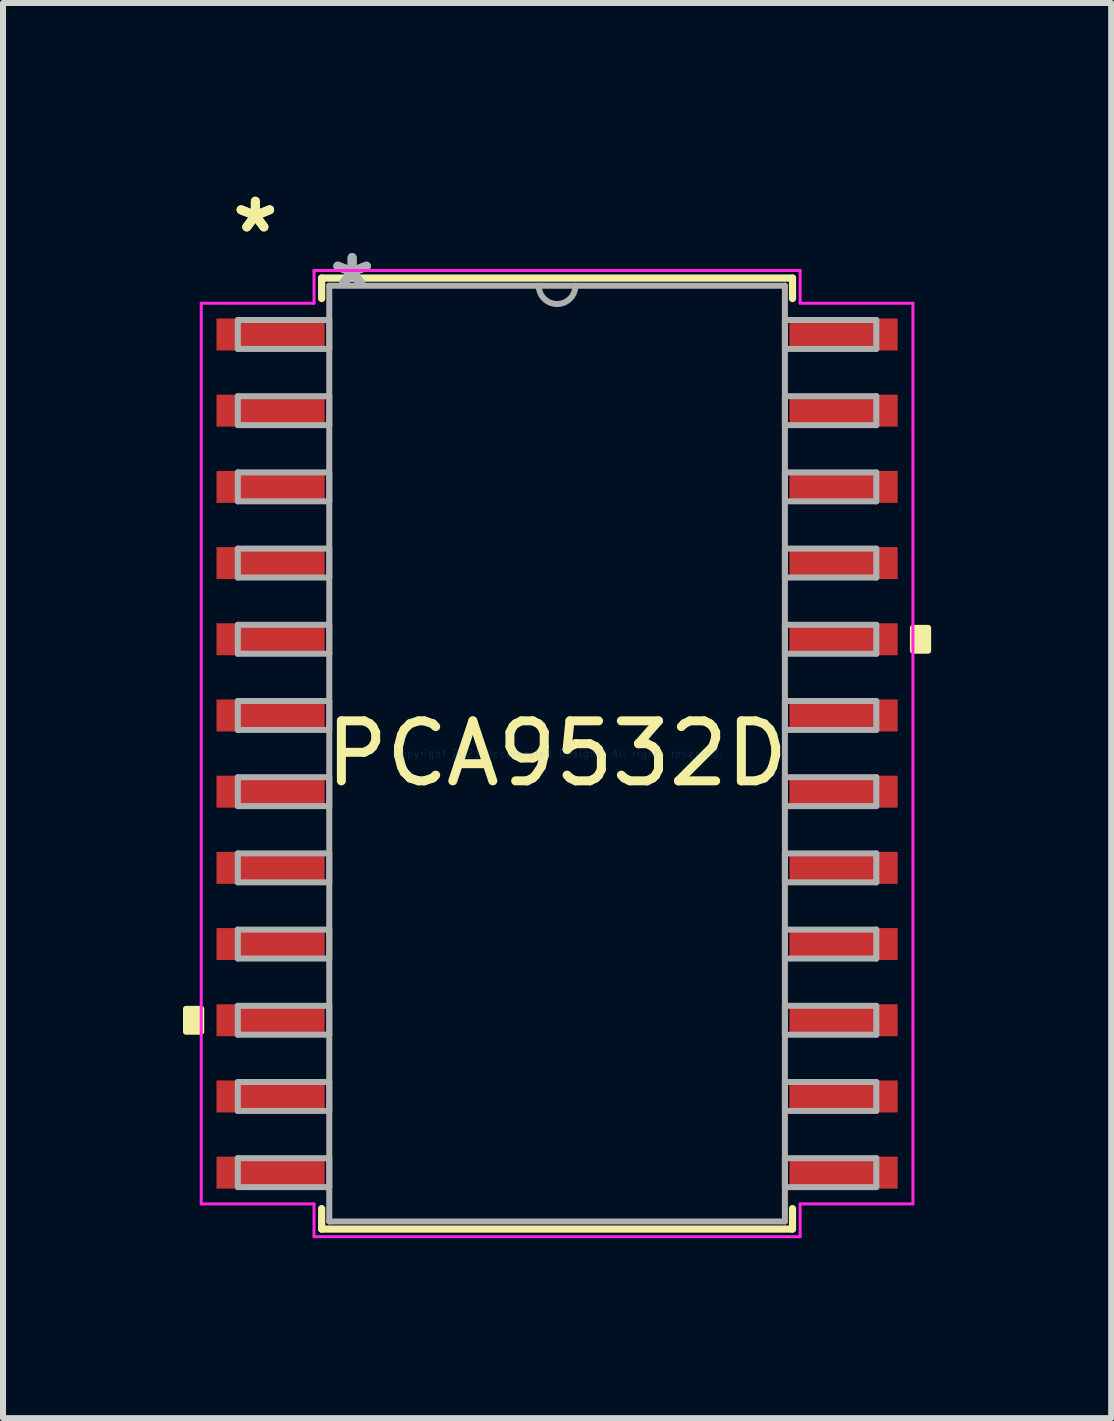
<source format=kicad_pcb>
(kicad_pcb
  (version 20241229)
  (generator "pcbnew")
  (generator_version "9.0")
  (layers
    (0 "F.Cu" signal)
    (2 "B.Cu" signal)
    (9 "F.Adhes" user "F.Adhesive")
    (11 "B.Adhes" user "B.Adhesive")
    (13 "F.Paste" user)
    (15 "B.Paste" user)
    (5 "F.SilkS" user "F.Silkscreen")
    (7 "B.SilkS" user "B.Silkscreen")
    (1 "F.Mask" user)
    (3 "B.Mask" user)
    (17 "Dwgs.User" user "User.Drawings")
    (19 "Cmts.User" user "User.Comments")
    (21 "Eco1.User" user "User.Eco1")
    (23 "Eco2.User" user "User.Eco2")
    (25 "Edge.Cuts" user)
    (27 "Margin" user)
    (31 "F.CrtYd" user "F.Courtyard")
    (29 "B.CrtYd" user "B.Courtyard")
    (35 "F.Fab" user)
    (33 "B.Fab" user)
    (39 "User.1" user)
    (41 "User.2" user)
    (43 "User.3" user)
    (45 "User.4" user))
  (footprint "PCA9532D"
    (layer "F.Cu")
    (at 6.235 9.51)
    (property "Reference" "PCA9532D" (at 0 0 0) (layer "F.SilkS") (effects (font (size 1 1) (thickness 0.15))))
    (attr through_hole)
    (fp_line (start -3.924 -7.925) (end -3.924 -7.584) (stroke (width 0.12) (type solid)) (layer "F.SilkS"))
    (fp_line (start -3.924 7.584) (end -3.924 7.925) (stroke (width 0.12) (type solid)) (layer "F.SilkS"))
    (fp_line (start -3.924 7.925) (end 3.924 7.925) (stroke (width 0.12) (type solid)) (layer "F.SilkS"))
    (fp_line (start 3.924 -7.925) (end -3.924 -7.925) (stroke (width 0.12) (type solid)) (layer "F.SilkS"))
    (fp_line (start 3.924 -7.584) (end 3.924 -7.925) (stroke (width 0.12) (type solid)) (layer "F.SilkS"))
    (fp_line (start 3.924 7.925) (end 3.924 7.584) (stroke (width 0.12) (type solid)) (layer "F.SilkS"))
    (fp_poly (pts (xy -6.185 4.255) (xy -6.185 4.636) (xy -5.931 4.636) (xy -5.931 4.255)) (stroke (width 0.1) (type solid)) (fill yes) (layer "F.SilkS"))
    (fp_poly (pts (xy 6.185 -2.095) (xy 6.185 -1.714) (xy 5.931 -1.714) (xy 5.931 -2.095)) (stroke (width 0.1) (type solid)) (fill yes) (layer "F.SilkS"))
    (fp_line (start -5.931 -7.506) (end -4.051 -7.506) (stroke (width 0.05) (type solid)) (layer "F.CrtYd"))
    (fp_line (start -5.931 7.506) (end -5.931 -7.506) (stroke (width 0.05) (type solid)) (layer "F.CrtYd"))
    (fp_line (start -4.051 -8.052) (end 4.051 -8.052) (stroke (width 0.05) (type solid)) (layer "F.CrtYd"))
    (fp_line (start -4.051 -7.506) (end -4.051 -8.052) (stroke (width 0.05) (type solid)) (layer "F.CrtYd"))
    (fp_line (start -4.051 7.506) (end -5.931 7.506) (stroke (width 0.05) (type solid)) (layer "F.CrtYd"))
    (fp_line (start -4.051 8.052) (end -4.051 7.506) (stroke (width 0.05) (type solid)) (layer "F.CrtYd"))
    (fp_line (start 4.051 -8.052) (end 4.051 -7.506) (stroke (width 0.05) (type solid)) (layer "F.CrtYd"))
    (fp_line (start 4.051 -7.506) (end 5.931 -7.506) (stroke (width 0.05) (type solid)) (layer "F.CrtYd"))
    (fp_line (start 4.051 7.506) (end 4.051 8.052) (stroke (width 0.05) (type solid)) (layer "F.CrtYd"))
    (fp_line (start 4.051 8.052) (end -4.051 8.052) (stroke (width 0.05) (type solid)) (layer "F.CrtYd"))
    (fp_line (start 5.931 -7.506) (end 5.931 7.506) (stroke (width 0.05) (type solid)) (layer "F.CrtYd"))
    (fp_line (start 5.931 7.506) (end 4.051 7.506) (stroke (width 0.05) (type solid)) (layer "F.CrtYd"))
    (fp_line (start -5.321 -7.226) (end -5.321 -6.744) (stroke (width 0.1) (type solid)) (layer "F.Fab"))
    (fp_line (start -5.321 -6.744) (end -3.797 -6.744) (stroke (width 0.1) (type solid)) (layer "F.Fab"))
    (fp_line (start -5.321 -5.956) (end -5.321 -5.474) (stroke (width 0.1) (type solid)) (layer "F.Fab"))
    (fp_line (start -5.321 -5.474) (end -3.797 -5.474) (stroke (width 0.1) (type solid)) (layer "F.Fab"))
    (fp_line (start -5.321 -4.686) (end -5.321 -4.204) (stroke (width 0.1) (type solid)) (layer "F.Fab"))
    (fp_line (start -5.321 -4.204) (end -3.797 -4.204) (stroke (width 0.1) (type solid)) (layer "F.Fab"))
    (fp_line (start -5.321 -3.416) (end -5.321 -2.934) (stroke (width 0.1) (type solid)) (layer "F.Fab"))
    (fp_line (start -5.321 -2.934) (end -3.797 -2.934) (stroke (width 0.1) (type solid)) (layer "F.Fab"))
    (fp_line (start -5.321 -2.146) (end -5.321 -1.664) (stroke (width 0.1) (type solid)) (layer "F.Fab"))
    (fp_line (start -5.321 -1.664) (end -3.797 -1.664) (stroke (width 0.1) (type solid)) (layer "F.Fab"))
    (fp_line (start -5.321 -0.876) (end -5.321 -0.394) (stroke (width 0.1) (type solid)) (layer "F.Fab"))
    (fp_line (start -5.321 -0.394) (end -3.797 -0.394) (stroke (width 0.1) (type solid)) (layer "F.Fab"))
    (fp_line (start -5.321 0.394) (end -5.321 0.876) (stroke (width 0.1) (type solid)) (layer "F.Fab"))
    (fp_line (start -5.321 0.876) (end -3.797 0.876) (stroke (width 0.1) (type solid)) (layer "F.Fab"))
    (fp_line (start -5.321 1.664) (end -5.321 2.146) (stroke (width 0.1) (type solid)) (layer "F.Fab"))
    (fp_line (start -5.321 2.146) (end -3.797 2.146) (stroke (width 0.1) (type solid)) (layer "F.Fab"))
    (fp_line (start -5.321 2.934) (end -5.321 3.416) (stroke (width 0.1) (type solid)) (layer "F.Fab"))
    (fp_line (start -5.321 3.416) (end -3.797 3.416) (stroke (width 0.1) (type solid)) (layer "F.Fab"))
    (fp_line (start -5.321 4.204) (end -5.321 4.686) (stroke (width 0.1) (type solid)) (layer "F.Fab"))
    (fp_line (start -5.321 4.686) (end -3.797 4.686) (stroke (width 0.1) (type solid)) (layer "F.Fab"))
    (fp_line (start -5.321 5.474) (end -5.321 5.956) (stroke (width 0.1) (type solid)) (layer "F.Fab"))
    (fp_line (start -5.321 5.956) (end -3.797 5.956) (stroke (width 0.1) (type solid)) (layer "F.Fab"))
    (fp_line (start -5.321 6.744) (end -5.321 7.226) (stroke (width 0.1) (type solid)) (layer "F.Fab"))
    (fp_line (start -5.321 7.226) (end -3.797 7.226) (stroke (width 0.1) (type solid)) (layer "F.Fab"))
    (fp_line (start -3.797 -7.798) (end -3.797 7.798) (stroke (width 0.1) (type solid)) (layer "F.Fab"))
    (fp_line (start -3.797 -7.226) (end -5.321 -7.226) (stroke (width 0.1) (type solid)) (layer "F.Fab"))
    (fp_line (start -3.797 -6.744) (end -3.797 -7.226) (stroke (width 0.1) (type solid)) (layer "F.Fab"))
    (fp_line (start -3.797 -5.956) (end -5.321 -5.956) (stroke (width 0.1) (type solid)) (layer "F.Fab"))
    (fp_line (start -3.797 -5.474) (end -3.797 -5.956) (stroke (width 0.1) (type solid)) (layer "F.Fab"))
    (fp_line (start -3.797 -4.686) (end -5.321 -4.686) (stroke (width 0.1) (type solid)) (layer "F.Fab"))
    (fp_line (start -3.797 -4.204) (end -3.797 -4.686) (stroke (width 0.1) (type solid)) (layer "F.Fab"))
    (fp_line (start -3.797 -3.416) (end -5.321 -3.416) (stroke (width 0.1) (type solid)) (layer "F.Fab"))
    (fp_line (start -3.797 -2.934) (end -3.797 -3.416) (stroke (width 0.1) (type solid)) (layer "F.Fab"))
    (fp_line (start -3.797 -2.146) (end -5.321 -2.146) (stroke (width 0.1) (type solid)) (layer "F.Fab"))
    (fp_line (start -3.797 -1.664) (end -3.797 -2.146) (stroke (width 0.1) (type solid)) (layer "F.Fab"))
    (fp_line (start -3.797 -0.876) (end -5.321 -0.876) (stroke (width 0.1) (type solid)) (layer "F.Fab"))
    (fp_line (start -3.797 -0.394) (end -3.797 -0.876) (stroke (width 0.1) (type solid)) (layer "F.Fab"))
    (fp_line (start -3.797 0.394) (end -5.321 0.394) (stroke (width 0.1) (type solid)) (layer "F.Fab"))
    (fp_line (start -3.797 0.876) (end -3.797 0.394) (stroke (width 0.1) (type solid)) (layer "F.Fab"))
    (fp_line (start -3.797 1.664) (end -5.321 1.664) (stroke (width 0.1) (type solid)) (layer "F.Fab"))
    (fp_line (start -3.797 2.146) (end -3.797 1.664) (stroke (width 0.1) (type solid)) (layer "F.Fab"))
    (fp_line (start -3.797 2.934) (end -5.321 2.934) (stroke (width 0.1) (type solid)) (layer "F.Fab"))
    (fp_line (start -3.797 3.416) (end -3.797 2.934) (stroke (width 0.1) (type solid)) (layer "F.Fab"))
    (fp_line (start -3.797 4.204) (end -5.321 4.204) (stroke (width 0.1) (type solid)) (layer "F.Fab"))
    (fp_line (start -3.797 4.686) (end -3.797 4.204) (stroke (width 0.1) (type solid)) (layer "F.Fab"))
    (fp_line (start -3.797 5.474) (end -5.321 5.474) (stroke (width 0.1) (type solid)) (layer "F.Fab"))
    (fp_line (start -3.797 5.956) (end -3.797 5.474) (stroke (width 0.1) (type solid)) (layer "F.Fab"))
    (fp_line (start -3.797 6.744) (end -5.321 6.744) (stroke (width 0.1) (type solid)) (layer "F.Fab"))
    (fp_line (start -3.797 7.226) (end -3.797 6.744) (stroke (width 0.1) (type solid)) (layer "F.Fab"))
    (fp_line (start -3.797 7.798) (end 3.797 7.798) (stroke (width 0.1) (type solid)) (layer "F.Fab"))
    (fp_line (start 3.797 -7.798) (end -3.797 -7.798) (stroke (width 0.1) (type solid)) (layer "F.Fab"))
    (fp_line (start 3.797 -7.226) (end 3.797 -6.744) (stroke (width 0.1) (type solid)) (layer "F.Fab"))
    (fp_line (start 3.797 -6.744) (end 5.321 -6.744) (stroke (width 0.1) (type solid)) (layer "F.Fab"))
    (fp_line (start 3.797 -5.956) (end 3.797 -5.474) (stroke (width 0.1) (type solid)) (layer "F.Fab"))
    (fp_line (start 3.797 -5.474) (end 5.321 -5.474) (stroke (width 0.1) (type solid)) (layer "F.Fab"))
    (fp_line (start 3.797 -4.686) (end 3.797 -4.204) (stroke (width 0.1) (type solid)) (layer "F.Fab"))
    (fp_line (start 3.797 -4.204) (end 5.321 -4.204) (stroke (width 0.1) (type solid)) (layer "F.Fab"))
    (fp_line (start 3.797 -3.416) (end 3.797 -2.934) (stroke (width 0.1) (type solid)) (layer "F.Fab"))
    (fp_line (start 3.797 -2.934) (end 5.321 -2.934) (stroke (width 0.1) (type solid)) (layer "F.Fab"))
    (fp_line (start 3.797 -2.146) (end 3.797 -1.664) (stroke (width 0.1) (type solid)) (layer "F.Fab"))
    (fp_line (start 3.797 -1.664) (end 5.321 -1.664) (stroke (width 0.1) (type solid)) (layer "F.Fab"))
    (fp_line (start 3.797 -0.876) (end 3.797 -0.394) (stroke (width 0.1) (type solid)) (layer "F.Fab"))
    (fp_line (start 3.797 -0.394) (end 5.321 -0.394) (stroke (width 0.1) (type solid)) (layer "F.Fab"))
    (fp_line (start 3.797 0.394) (end 3.797 0.876) (stroke (width 0.1) (type solid)) (layer "F.Fab"))
    (fp_line (start 3.797 0.876) (end 5.321 0.876) (stroke (width 0.1) (type solid)) (layer "F.Fab"))
    (fp_line (start 3.797 1.664) (end 3.797 2.146) (stroke (width 0.1) (type solid)) (layer "F.Fab"))
    (fp_line (start 3.797 2.146) (end 5.321 2.146) (stroke (width 0.1) (type solid)) (layer "F.Fab"))
    (fp_line (start 3.797 2.934) (end 3.797 3.416) (stroke (width 0.1) (type solid)) (layer "F.Fab"))
    (fp_line (start 3.797 3.416) (end 5.321 3.416) (stroke (width 0.1) (type solid)) (layer "F.Fab"))
    (fp_line (start 3.797 4.204) (end 3.797 4.686) (stroke (width 0.1) (type solid)) (layer "F.Fab"))
    (fp_line (start 3.797 4.686) (end 5.321 4.686) (stroke (width 0.1) (type solid)) (layer "F.Fab"))
    (fp_line (start 3.797 5.474) (end 3.797 5.956) (stroke (width 0.1) (type solid)) (layer "F.Fab"))
    (fp_line (start 3.797 5.956) (end 5.321 5.956) (stroke (width 0.1) (type solid)) (layer "F.Fab"))
    (fp_line (start 3.797 6.744) (end 3.797 7.226) (stroke (width 0.1) (type solid)) (layer "F.Fab"))
    (fp_line (start 3.797 7.226) (end 5.321 7.226) (stroke (width 0.1) (type solid)) (layer "F.Fab"))
    (fp_line (start 3.797 7.798) (end 3.797 -7.798) (stroke (width 0.1) (type solid)) (layer "F.Fab"))
    (fp_line (start 5.321 -7.226) (end 3.797 -7.226) (stroke (width 0.1) (type solid)) (layer "F.Fab"))
    (fp_line (start 5.321 -6.744) (end 5.321 -7.226) (stroke (width 0.1) (type solid)) (layer "F.Fab"))
    (fp_line (start 5.321 -5.956) (end 3.797 -5.956) (stroke (width 0.1) (type solid)) (layer "F.Fab"))
    (fp_line (start 5.321 -5.474) (end 5.321 -5.956) (stroke (width 0.1) (type solid)) (layer "F.Fab"))
    (fp_line (start 5.321 -4.686) (end 3.797 -4.686) (stroke (width 0.1) (type solid)) (layer "F.Fab"))
    (fp_line (start 5.321 -4.204) (end 5.321 -4.686) (stroke (width 0.1) (type solid)) (layer "F.Fab"))
    (fp_line (start 5.321 -3.416) (end 3.797 -3.416) (stroke (width 0.1) (type solid)) (layer "F.Fab"))
    (fp_line (start 5.321 -2.934) (end 5.321 -3.416) (stroke (width 0.1) (type solid)) (layer "F.Fab"))
    (fp_line (start 5.321 -2.146) (end 3.797 -2.146) (stroke (width 0.1) (type solid)) (layer "F.Fab"))
    (fp_line (start 5.321 -1.664) (end 5.321 -2.146) (stroke (width 0.1) (type solid)) (layer "F.Fab"))
    (fp_line (start 5.321 -0.876) (end 3.797 -0.876) (stroke (width 0.1) (type solid)) (layer "F.Fab"))
    (fp_line (start 5.321 -0.394) (end 5.321 -0.876) (stroke (width 0.1) (type solid)) (layer "F.Fab"))
    (fp_line (start 5.321 0.394) (end 3.797 0.394) (stroke (width 0.1) (type solid)) (layer "F.Fab"))
    (fp_line (start 5.321 0.876) (end 5.321 0.394) (stroke (width 0.1) (type solid)) (layer "F.Fab"))
    (fp_line (start 5.321 1.664) (end 3.797 1.664) (stroke (width 0.1) (type solid)) (layer "F.Fab"))
    (fp_line (start 5.321 2.146) (end 5.321 1.664) (stroke (width 0.1) (type solid)) (layer "F.Fab"))
    (fp_line (start 5.321 2.934) (end 3.797 2.934) (stroke (width 0.1) (type solid)) (layer "F.Fab"))
    (fp_line (start 5.321 3.416) (end 5.321 2.934) (stroke (width 0.1) (type solid)) (layer "F.Fab"))
    (fp_line (start 5.321 4.204) (end 3.797 4.204) (stroke (width 0.1) (type solid)) (layer "F.Fab"))
    (fp_line (start 5.321 4.686) (end 5.321 4.204) (stroke (width 0.1) (type solid)) (layer "F.Fab"))
    (fp_line (start 5.321 5.474) (end 3.797 5.474) (stroke (width 0.1) (type solid)) (layer "F.Fab"))
    (fp_line (start 5.321 5.956) (end 5.321 5.474) (stroke (width 0.1) (type solid)) (layer "F.Fab"))
    (fp_line (start 5.321 6.744) (end 3.797 6.744) (stroke (width 0.1) (type solid)) (layer "F.Fab"))
    (fp_line (start 5.321 7.226) (end 5.321 6.744) (stroke (width 0.1) (type solid)) (layer "F.Fab"))
    (fp_arc (start 0.3048 -7.7978) (mid 0 -7.493) (end -0.3048 -7.7978) (stroke (width 0.1) (type solid)) (layer "F.Fab"))
    (fp_text user "*" (at -5.029 -8.661 0) (layer "F.SilkS") (effects (font (size 1 1) (thickness 0.15))))
    (fp_text user "*" (at -5.029 -8.661 0) (layer "F.SilkS") (effects (font (size 1 1) (thickness 0.15))))
    (fp_text user "Copyright 2021 Accelerated Designs. All rights reserved." (at 0 0 0) (layer "Cmts.User") (effects (font (size 0.127 0.127) (thickness 0.002))))
    (fp_text user "*" (at -3.416 -7.722 0) (layer "F.Fab") (effects (font (size 1 1) (thickness 0.15))))
    (fp_text user "*" (at -3.416 -7.722 0) (layer "F.Fab") (effects (font (size 1 1) (thickness 0.15))))
    (pad "1" smd rect (at -4.775 -6.985) (size 1.803 0.533) (layers "F.Cu" "F.Mask" "F.Paste"))
    (pad "2" smd rect (at -4.775 -5.715) (size 1.803 0.533) (layers "F.Cu" "F.Mask" "F.Paste"))
    (pad "3" smd rect (at -4.775 -4.445) (size 1.803 0.533) (layers "F.Cu" "F.Mask" "F.Paste"))
    (pad "4" smd rect (at -4.775 -3.175) (size 1.803 0.533) (layers "F.Cu" "F.Mask" "F.Paste"))
    (pad "5" smd rect (at -4.775 -1.905) (size 1.803 0.533) (layers "F.Cu" "F.Mask" "F.Paste"))
    (pad "6" smd rect (at -4.775 -0.635) (size 1.803 0.533) (layers "F.Cu" "F.Mask" "F.Paste"))
    (pad "7" smd rect (at -4.775 0.635) (size 1.803 0.533) (layers "F.Cu" "F.Mask" "F.Paste"))
    (pad "8" smd rect (at -4.775 1.905) (size 1.803 0.533) (layers "F.Cu" "F.Mask" "F.Paste"))
    (pad "9" smd rect (at -4.775 3.175) (size 1.803 0.533) (layers "F.Cu" "F.Mask" "F.Paste"))
    (pad "10" smd rect (at -4.775 4.445) (size 1.803 0.533) (layers "F.Cu" "F.Mask" "F.Paste"))
    (pad "11" smd rect (at -4.775 5.715) (size 1.803 0.533) (layers "F.Cu" "F.Mask" "F.Paste"))
    (pad "12" smd rect (at -4.775 6.985) (size 1.803 0.533) (layers "F.Cu" "F.Mask" "F.Paste"))
    (pad "13" smd rect (at 4.775 6.985) (size 1.803 0.533) (layers "F.Cu" "F.Mask" "F.Paste"))
    (pad "14" smd rect (at 4.775 5.715) (size 1.803 0.533) (layers "F.Cu" "F.Mask" "F.Paste"))
    (pad "15" smd rect (at 4.775 4.445) (size 1.803 0.533) (layers "F.Cu" "F.Mask" "F.Paste"))
    (pad "16" smd rect (at 4.775 3.175) (size 1.803 0.533) (layers "F.Cu" "F.Mask" "F.Paste"))
    (pad "17" smd rect (at 4.775 1.905) (size 1.803 0.533) (layers "F.Cu" "F.Mask" "F.Paste"))
    (pad "18" smd rect (at 4.775 0.635) (size 1.803 0.533) (layers "F.Cu" "F.Mask" "F.Paste"))
    (pad "19" smd rect (at 4.775 -0.635) (size 1.803 0.533) (layers "F.Cu" "F.Mask" "F.Paste"))
    (pad "20" smd rect (at 4.775 -1.905) (size 1.803 0.533) (layers "F.Cu" "F.Mask" "F.Paste"))
    (pad "21" smd rect (at 4.775 -3.175) (size 1.803 0.533) (layers "F.Cu" "F.Mask" "F.Paste"))
    (pad "22" smd rect (at 4.775 -4.445) (size 1.803 0.533) (layers "F.Cu" "F.Mask" "F.Paste"))
    (pad "23" smd rect (at 4.775 -5.715) (size 1.803 0.533) (layers "F.Cu" "F.Mask" "F.Paste"))
    (pad "24" smd rect (at 4.775 -6.985) (size 1.803 0.533) (layers "F.Cu" "F.Mask" "F.Paste")))
  (gr_rect
    (start -3 -3)
    (end 15.47 20.586)
    (stroke (width 0.1) (type default))
    (fill no)
    (layer "Edge.Cuts")))
</source>
